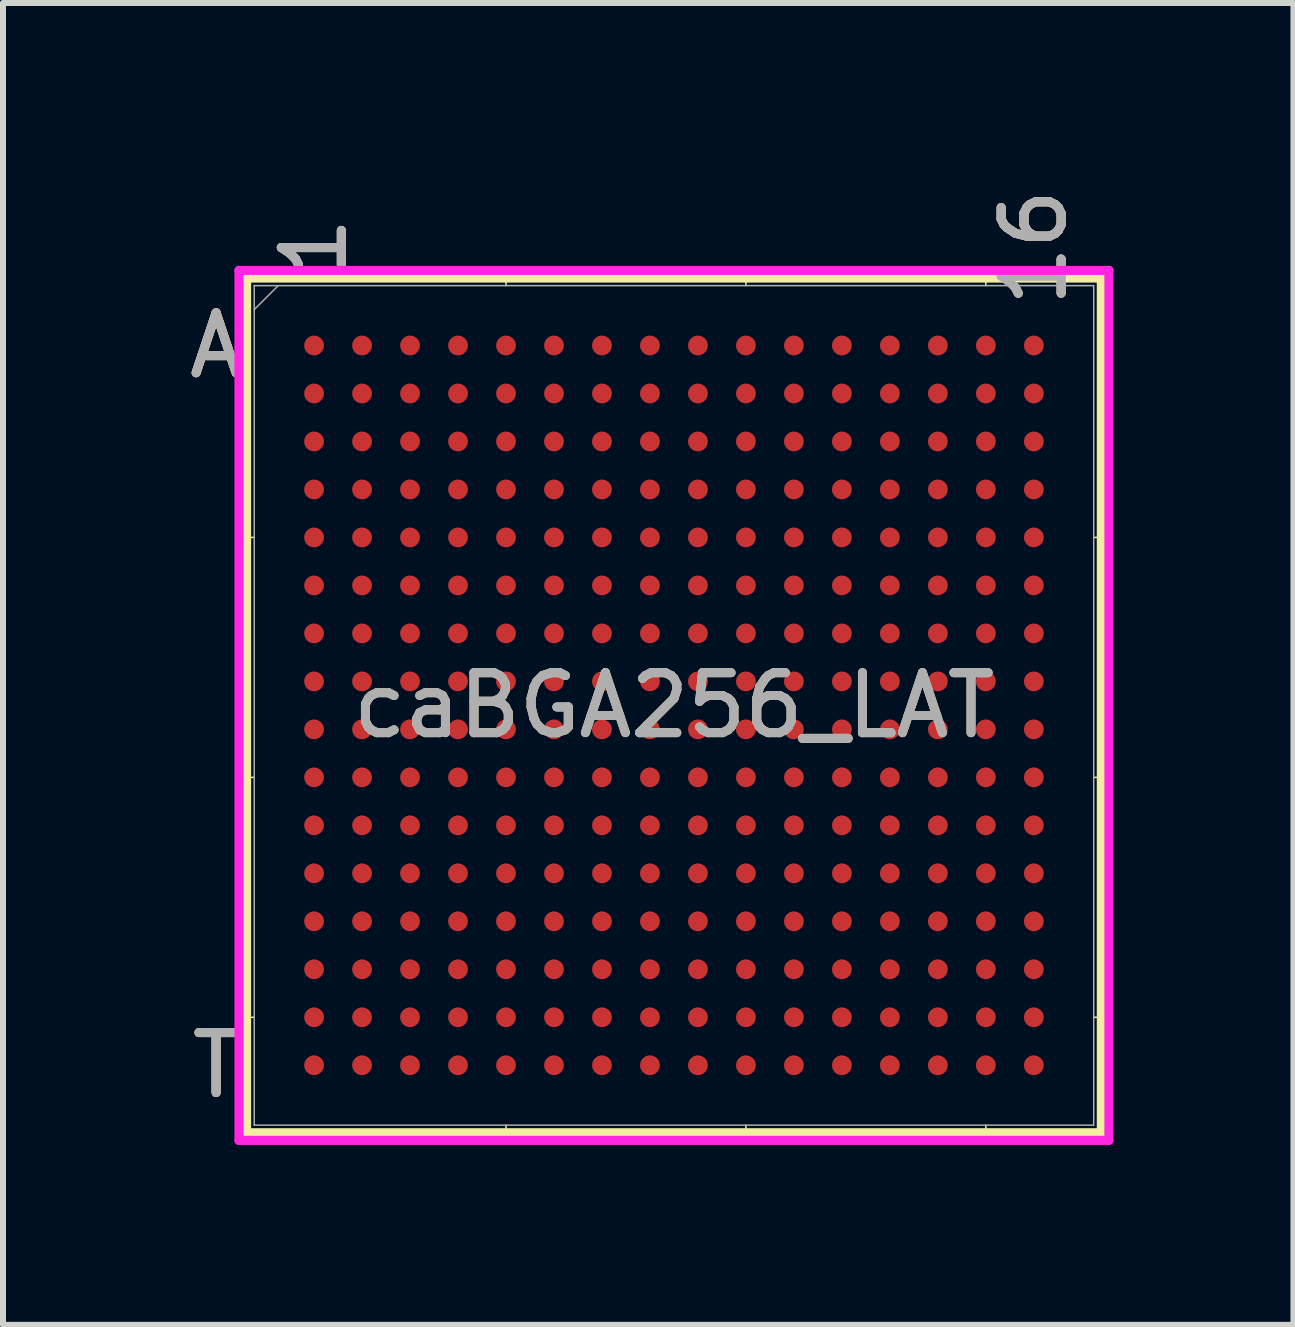
<source format=kicad_pcb>
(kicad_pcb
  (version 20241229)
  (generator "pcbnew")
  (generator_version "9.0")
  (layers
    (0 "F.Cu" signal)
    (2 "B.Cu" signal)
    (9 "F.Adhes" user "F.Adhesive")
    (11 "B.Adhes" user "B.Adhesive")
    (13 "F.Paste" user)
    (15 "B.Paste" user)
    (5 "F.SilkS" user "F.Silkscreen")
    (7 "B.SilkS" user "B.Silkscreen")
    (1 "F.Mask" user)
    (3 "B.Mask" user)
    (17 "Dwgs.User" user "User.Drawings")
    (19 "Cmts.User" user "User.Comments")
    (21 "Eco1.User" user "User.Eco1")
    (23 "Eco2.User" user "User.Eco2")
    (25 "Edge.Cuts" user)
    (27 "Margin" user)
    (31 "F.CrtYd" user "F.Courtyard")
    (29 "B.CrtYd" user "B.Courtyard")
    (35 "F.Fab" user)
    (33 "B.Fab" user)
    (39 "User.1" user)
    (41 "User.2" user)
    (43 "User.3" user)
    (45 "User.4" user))
  (footprint "caBGA256_LAT"
    (layer "F.Cu")
    (at 8.186 8.71)
    (property "Reference" "caBGA256_LAT" (at 0 0 0) (unlocked yes) (layer "F.SilkS") (effects (font (size 1 1) (thickness 0.15))))
    (attr smd)
    (fp_line (start -7.125 -7.125) (end -7.125 7.125) (stroke (width 0.152) (type solid)) (layer "F.SilkS"))
    (fp_line (start -7.125 7.125) (end 7.125 7.125) (stroke (width 0.152) (type solid)) (layer "F.SilkS"))
    (fp_line (start -6.998 -2.8) (end -7.252 -2.8) (stroke (width 0.025) (type solid)) (layer "F.SilkS"))
    (fp_line (start -6.998 1.2) (end -7.252 1.2) (stroke (width 0.025) (type solid)) (layer "F.SilkS"))
    (fp_line (start -6.998 5.2) (end -7.252 5.2) (stroke (width 0.025) (type solid)) (layer "F.SilkS"))
    (fp_line (start -2.8 -6.998) (end -2.8 -7.252) (stroke (width 0.025) (type solid)) (layer "F.SilkS"))
    (fp_line (start -2.8 6.998) (end -2.8 7.252) (stroke (width 0.025) (type solid)) (layer "F.SilkS"))
    (fp_line (start 1.2 -6.998) (end 1.2 -7.252) (stroke (width 0.025) (type solid)) (layer "F.SilkS"))
    (fp_line (start 1.2 6.998) (end 1.2 7.252) (stroke (width 0.025) (type solid)) (layer "F.SilkS"))
    (fp_line (start 5.2 -6.998) (end 5.2 -7.252) (stroke (width 0.025) (type solid)) (layer "F.SilkS"))
    (fp_line (start 5.2 6.998) (end 5.2 7.252) (stroke (width 0.025) (type solid)) (layer "F.SilkS"))
    (fp_line (start 6.998 -2.8) (end 7.252 -2.8) (stroke (width 0.025) (type solid)) (layer "F.SilkS"))
    (fp_line (start 6.998 1.2) (end 7.252 1.2) (stroke (width 0.025) (type solid)) (layer "F.SilkS"))
    (fp_line (start 6.998 5.2) (end 7.252 5.2) (stroke (width 0.025) (type solid)) (layer "F.SilkS"))
    (fp_line (start 7.125 -7.125) (end -7.125 -7.125) (stroke (width 0.152) (type solid)) (layer "F.SilkS"))
    (fp_line (start 7.125 7.125) (end 7.125 -7.125) (stroke (width 0.152) (type solid)) (layer "F.SilkS"))
    (fp_poly (pts (xy -6.844 -6.844) (xy 6.844 -6.844) (xy 6.844 6.844) (xy -6.844 6.844)) (stroke (width 0.1) (type solid)) (fill no) (layer "Eco2.User"))
    (fp_line (start -7.252 -7.252) (end 7.252 -7.252) (stroke (width 0.152) (type solid)) (layer "F.CrtYd"))
    (fp_line (start -7.252 7.252) (end -7.252 -7.252) (stroke (width 0.152) (type solid)) (layer "F.CrtYd"))
    (fp_line (start 7.252 -7.252) (end 7.252 7.252) (stroke (width 0.152) (type solid)) (layer "F.CrtYd"))
    (fp_line (start 7.252 7.252) (end -7.252 7.252) (stroke (width 0.152) (type solid)) (layer "F.CrtYd"))
    (fp_line (start -6.998 -6.998) (end -6.998 6.998) (stroke (width 0.025) (type solid)) (layer "F.Fab"))
    (fp_line (start -6.998 6.998) (end 6.998 6.998) (stroke (width 0.025) (type solid)) (layer "F.Fab"))
    (fp_line (start -6.598 -6.998) (end -6.998 -6.598) (stroke (width 0.025) (type solid)) (layer "F.Fab"))
    (fp_line (start 6.998 -6.998) (end -6.998 -6.998) (stroke (width 0.025) (type solid)) (layer "F.Fab"))
    (fp_line (start 6.998 6.998) (end 6.998 -6.998) (stroke (width 0.025) (type solid)) (layer "F.Fab"))
    (fp_text user "T" (at -7.633 6 0) (unlocked yes) (layer "F.SilkS") (effects (font (size 1 1) (thickness 0.15))))
    (fp_text user "A" (at -7.633 -6 0) (unlocked yes) (layer "F.SilkS") (effects (font (size 1 1) (thickness 0.15))))
    (fp_text user "16" (at 6 -7.633 90) (unlocked yes) (layer "F.SilkS") (effects (font (size 1 1) (thickness 0.15))))
    (fp_text user "1" (at -6 -7.633 90) (unlocked yes) (layer "F.SilkS") (effects (font (size 1 1) (thickness 0.15))))
    (fp_text user "16" (at 6 -7.633 90) (unlocked yes) (layer "B.SilkS") (effects (font (size 1 1) (thickness 0.15))))
    (fp_text user "A" (at -7.633 -6 0) (unlocked yes) (layer "B.SilkS") (effects (font (size 1 1) (thickness 0.15))))
    (fp_text user "T" (at -7.633 6 0) (unlocked yes) (layer "B.SilkS") (effects (font (size 1 1) (thickness 0.15))))
    (fp_text user "1" (at -6 -7.633 90) (unlocked yes) (layer "B.SilkS") (effects (font (size 1 1) (thickness 0.15))))
    (fp_text user "1" (at -6 -7.633 90) (unlocked yes) (layer "F.Fab") (effects (font (size 1 1) (thickness 0.15))))
    (fp_text user "A" (at -7.633 -6 0) (unlocked yes) (layer "F.Fab") (effects (font (size 1 1) (thickness 0.15))))
    (fp_text user "16" (at 6 -7.633 90) (unlocked yes) (layer "F.Fab") (effects (font (size 1 1) (thickness 0.15))))
    (fp_text user "T" (at -7.633 6 0) (unlocked yes) (layer "F.Fab") (effects (font (size 1 1) (thickness 0.15))))
    (fp_text user "${REFERENCE}" (at 0 0 0) (unlocked yes) (layer "F.Fab") (effects (font (size 1 1) (thickness 0.15))))
    (pad "A1" smd circle (at -6 -6) (size 0.33 0.33) (layers "F.Cu" "F.Mask" "F.Paste"))
    (pad "A2" smd circle (at -5.2 -6) (size 0.33 0.33) (layers "F.Cu" "F.Mask" "F.Paste"))
    (pad "A3" smd circle (at -4.4 -6) (size 0.33 0.33) (layers "F.Cu" "F.Mask" "F.Paste"))
    (pad "A4" smd circle (at -3.6 -6) (size 0.33 0.33) (layers "F.Cu" "F.Mask" "F.Paste"))
    (pad "A5" smd circle (at -2.8 -6) (size 0.33 0.33) (layers "F.Cu" "F.Mask" "F.Paste"))
    (pad "A6" smd circle (at -2 -6) (size 0.33 0.33) (layers "F.Cu" "F.Mask" "F.Paste"))
    (pad "A7" smd circle (at -1.2 -6) (size 0.33 0.33) (layers "F.Cu" "F.Mask" "F.Paste"))
    (pad "A8" smd circle (at -0.4 -6) (size 0.33 0.33) (layers "F.Cu" "F.Mask" "F.Paste"))
    (pad "A9" smd circle (at 0.4 -6) (size 0.33 0.33) (layers "F.Cu" "F.Mask" "F.Paste"))
    (pad "A10" smd circle (at 1.2 -6) (size 0.33 0.33) (layers "F.Cu" "F.Mask" "F.Paste"))
    (pad "A11" smd circle (at 2 -6) (size 0.33 0.33) (layers "F.Cu" "F.Mask" "F.Paste"))
    (pad "A12" smd circle (at 2.8 -6) (size 0.33 0.33) (layers "F.Cu" "F.Mask" "F.Paste"))
    (pad "A13" smd circle (at 3.6 -6) (size 0.33 0.33) (layers "F.Cu" "F.Mask" "F.Paste"))
    (pad "A14" smd circle (at 4.4 -6) (size 0.33 0.33) (layers "F.Cu" "F.Mask" "F.Paste"))
    (pad "A15" smd circle (at 5.2 -6) (size 0.33 0.33) (layers "F.Cu" "F.Mask" "F.Paste"))
    (pad "A16" smd circle (at 6 -6) (size 0.33 0.33) (layers "F.Cu" "F.Mask" "F.Paste"))
    (pad "B1" smd circle (at -6 -5.2) (size 0.33 0.33) (layers "F.Cu" "F.Mask" "F.Paste"))
    (pad "B2" smd circle (at -5.2 -5.2) (size 0.33 0.33) (layers "F.Cu" "F.Mask" "F.Paste"))
    (pad "B3" smd circle (at -4.4 -5.2) (size 0.33 0.33) (layers "F.Cu" "F.Mask" "F.Paste"))
    (pad "B4" smd circle (at -3.6 -5.2) (size 0.33 0.33) (layers "F.Cu" "F.Mask" "F.Paste"))
    (pad "B5" smd circle (at -2.8 -5.2) (size 0.33 0.33) (layers "F.Cu" "F.Mask" "F.Paste"))
    (pad "B6" smd circle (at -2 -5.2) (size 0.33 0.33) (layers "F.Cu" "F.Mask" "F.Paste"))
    (pad "B7" smd circle (at -1.2 -5.2) (size 0.33 0.33) (layers "F.Cu" "F.Mask" "F.Paste"))
    (pad "B8" smd circle (at -0.4 -5.2) (size 0.33 0.33) (layers "F.Cu" "F.Mask" "F.Paste"))
    (pad "B9" smd circle (at 0.4 -5.2) (size 0.33 0.33) (layers "F.Cu" "F.Mask" "F.Paste"))
    (pad "B10" smd circle (at 1.2 -5.2) (size 0.33 0.33) (layers "F.Cu" "F.Mask" "F.Paste"))
    (pad "B11" smd circle (at 2 -5.2) (size 0.33 0.33) (layers "F.Cu" "F.Mask" "F.Paste"))
    (pad "B12" smd circle (at 2.8 -5.2) (size 0.33 0.33) (layers "F.Cu" "F.Mask" "F.Paste"))
    (pad "B13" smd circle (at 3.6 -5.2) (size 0.33 0.33) (layers "F.Cu" "F.Mask" "F.Paste"))
    (pad "B14" smd circle (at 4.4 -5.2) (size 0.33 0.33) (layers "F.Cu" "F.Mask" "F.Paste"))
    (pad "B15" smd circle (at 5.2 -5.2) (size 0.33 0.33) (layers "F.Cu" "F.Mask" "F.Paste"))
    (pad "B16" smd circle (at 6 -5.2) (size 0.33 0.33) (layers "F.Cu" "F.Mask" "F.Paste"))
    (pad "C1" smd circle (at -6 -4.4) (size 0.33 0.33) (layers "F.Cu" "F.Mask" "F.Paste"))
    (pad "C2" smd circle (at -5.2 -4.4) (size 0.33 0.33) (layers "F.Cu" "F.Mask" "F.Paste"))
    (pad "C3" smd circle (at -4.4 -4.4) (size 0.33 0.33) (layers "F.Cu" "F.Mask" "F.Paste"))
    (pad "C4" smd circle (at -3.6 -4.4) (size 0.33 0.33) (layers "F.Cu" "F.Mask" "F.Paste"))
    (pad "C5" smd circle (at -2.8 -4.4) (size 0.33 0.33) (layers "F.Cu" "F.Mask" "F.Paste"))
    (pad "C6" smd circle (at -2 -4.4) (size 0.33 0.33) (layers "F.Cu" "F.Mask" "F.Paste"))
    (pad "C7" smd circle (at -1.2 -4.4) (size 0.33 0.33) (layers "F.Cu" "F.Mask" "F.Paste"))
    (pad "C8" smd circle (at -0.4 -4.4) (size 0.33 0.33) (layers "F.Cu" "F.Mask" "F.Paste"))
    (pad "C9" smd circle (at 0.4 -4.4) (size 0.33 0.33) (layers "F.Cu" "F.Mask" "F.Paste"))
    (pad "C10" smd circle (at 1.2 -4.4) (size 0.33 0.33) (layers "F.Cu" "F.Mask" "F.Paste"))
    (pad "C11" smd circle (at 2 -4.4) (size 0.33 0.33) (layers "F.Cu" "F.Mask" "F.Paste"))
    (pad "C12" smd circle (at 2.8 -4.4) (size 0.33 0.33) (layers "F.Cu" "F.Mask" "F.Paste"))
    (pad "C13" smd circle (at 3.6 -4.4) (size 0.33 0.33) (layers "F.Cu" "F.Mask" "F.Paste"))
    (pad "C14" smd circle (at 4.4 -4.4) (size 0.33 0.33) (layers "F.Cu" "F.Mask" "F.Paste"))
    (pad "C15" smd circle (at 5.2 -4.4) (size 0.33 0.33) (layers "F.Cu" "F.Mask" "F.Paste"))
    (pad "C16" smd circle (at 6 -4.4) (size 0.33 0.33) (layers "F.Cu" "F.Mask" "F.Paste"))
    (pad "D1" smd circle (at -6 -3.6) (size 0.33 0.33) (layers "F.Cu" "F.Mask" "F.Paste"))
    (pad "D2" smd circle (at -5.2 -3.6) (size 0.33 0.33) (layers "F.Cu" "F.Mask" "F.Paste"))
    (pad "D3" smd circle (at -4.4 -3.6) (size 0.33 0.33) (layers "F.Cu" "F.Mask" "F.Paste"))
    (pad "D4" smd circle (at -3.6 -3.6) (size 0.33 0.33) (layers "F.Cu" "F.Mask" "F.Paste"))
    (pad "D5" smd circle (at -2.8 -3.6) (size 0.33 0.33) (layers "F.Cu" "F.Mask" "F.Paste"))
    (pad "D6" smd circle (at -2 -3.6) (size 0.33 0.33) (layers "F.Cu" "F.Mask" "F.Paste"))
    (pad "D7" smd circle (at -1.2 -3.6) (size 0.33 0.33) (layers "F.Cu" "F.Mask" "F.Paste"))
    (pad "D8" smd circle (at -0.4 -3.6) (size 0.33 0.33) (layers "F.Cu" "F.Mask" "F.Paste"))
    (pad "D9" smd circle (at 0.4 -3.6) (size 0.33 0.33) (layers "F.Cu" "F.Mask" "F.Paste"))
    (pad "D10" smd circle (at 1.2 -3.6) (size 0.33 0.33) (layers "F.Cu" "F.Mask" "F.Paste"))
    (pad "D11" smd circle (at 2 -3.6) (size 0.33 0.33) (layers "F.Cu" "F.Mask" "F.Paste"))
    (pad "D12" smd circle (at 2.8 -3.6) (size 0.33 0.33) (layers "F.Cu" "F.Mask" "F.Paste"))
    (pad "D13" smd circle (at 3.6 -3.6) (size 0.33 0.33) (layers "F.Cu" "F.Mask" "F.Paste"))
    (pad "D14" smd circle (at 4.4 -3.6) (size 0.33 0.33) (layers "F.Cu" "F.Mask" "F.Paste"))
    (pad "D15" smd circle (at 5.2 -3.6) (size 0.33 0.33) (layers "F.Cu" "F.Mask" "F.Paste"))
    (pad "D16" smd circle (at 6 -3.6) (size 0.33 0.33) (layers "F.Cu" "F.Mask" "F.Paste"))
    (pad "E1" smd circle (at -6 -2.8) (size 0.33 0.33) (layers "F.Cu" "F.Mask" "F.Paste"))
    (pad "E2" smd circle (at -5.2 -2.8) (size 0.33 0.33) (layers "F.Cu" "F.Mask" "F.Paste"))
    (pad "E3" smd circle (at -4.4 -2.8) (size 0.33 0.33) (layers "F.Cu" "F.Mask" "F.Paste"))
    (pad "E4" smd circle (at -3.6 -2.8) (size 0.33 0.33) (layers "F.Cu" "F.Mask" "F.Paste"))
    (pad "E5" smd circle (at -2.8 -2.8) (size 0.33 0.33) (layers "F.Cu" "F.Mask" "F.Paste"))
    (pad "E6" smd circle (at -2 -2.8) (size 0.33 0.33) (layers "F.Cu" "F.Mask" "F.Paste"))
    (pad "E7" smd circle (at -1.2 -2.8) (size 0.33 0.33) (layers "F.Cu" "F.Mask" "F.Paste"))
    (pad "E8" smd circle (at -0.4 -2.8) (size 0.33 0.33) (layers "F.Cu" "F.Mask" "F.Paste"))
    (pad "E9" smd circle (at 0.4 -2.8) (size 0.33 0.33) (layers "F.Cu" "F.Mask" "F.Paste"))
    (pad "E10" smd circle (at 1.2 -2.8) (size 0.33 0.33) (layers "F.Cu" "F.Mask" "F.Paste"))
    (pad "E11" smd circle (at 2 -2.8) (size 0.33 0.33) (layers "F.Cu" "F.Mask" "F.Paste"))
    (pad "E12" smd circle (at 2.8 -2.8) (size 0.33 0.33) (layers "F.Cu" "F.Mask" "F.Paste"))
    (pad "E13" smd circle (at 3.6 -2.8) (size 0.33 0.33) (layers "F.Cu" "F.Mask" "F.Paste"))
    (pad "E14" smd circle (at 4.4 -2.8) (size 0.33 0.33) (layers "F.Cu" "F.Mask" "F.Paste"))
    (pad "E15" smd circle (at 5.2 -2.8) (size 0.33 0.33) (layers "F.Cu" "F.Mask" "F.Paste"))
    (pad "E16" smd circle (at 6 -2.8) (size 0.33 0.33) (layers "F.Cu" "F.Mask" "F.Paste"))
    (pad "F1" smd circle (at -6 -2) (size 0.33 0.33) (layers "F.Cu" "F.Mask" "F.Paste"))
    (pad "F2" smd circle (at -5.2 -2) (size 0.33 0.33) (layers "F.Cu" "F.Mask" "F.Paste"))
    (pad "F3" smd circle (at -4.4 -2) (size 0.33 0.33) (layers "F.Cu" "F.Mask" "F.Paste"))
    (pad "F4" smd circle (at -3.6 -2) (size 0.33 0.33) (layers "F.Cu" "F.Mask" "F.Paste"))
    (pad "F5" smd circle (at -2.8 -2) (size 0.33 0.33) (layers "F.Cu" "F.Mask" "F.Paste"))
    (pad "F6" smd circle (at -2 -2) (size 0.33 0.33) (layers "F.Cu" "F.Mask" "F.Paste"))
    (pad "F7" smd circle (at -1.2 -2) (size 0.33 0.33) (layers "F.Cu" "F.Mask" "F.Paste"))
    (pad "F8" smd circle (at -0.4 -2) (size 0.33 0.33) (layers "F.Cu" "F.Mask" "F.Paste"))
    (pad "F9" smd circle (at 0.4 -2) (size 0.33 0.33) (layers "F.Cu" "F.Mask" "F.Paste"))
    (pad "F10" smd circle (at 1.2 -2) (size 0.33 0.33) (layers "F.Cu" "F.Mask" "F.Paste"))
    (pad "F11" smd circle (at 2 -2) (size 0.33 0.33) (layers "F.Cu" "F.Mask" "F.Paste"))
    (pad "F12" smd circle (at 2.8 -2) (size 0.33 0.33) (layers "F.Cu" "F.Mask" "F.Paste"))
    (pad "F13" smd circle (at 3.6 -2) (size 0.33 0.33) (layers "F.Cu" "F.Mask" "F.Paste"))
    (pad "F14" smd circle (at 4.4 -2) (size 0.33 0.33) (layers "F.Cu" "F.Mask" "F.Paste"))
    (pad "F15" smd circle (at 5.2 -2) (size 0.33 0.33) (layers "F.Cu" "F.Mask" "F.Paste"))
    (pad "F16" smd circle (at 6 -2) (size 0.33 0.33) (layers "F.Cu" "F.Mask" "F.Paste"))
    (pad "G1" smd circle (at -6 -1.2) (size 0.33 0.33) (layers "F.Cu" "F.Mask" "F.Paste"))
    (pad "G2" smd circle (at -5.2 -1.2) (size 0.33 0.33) (layers "F.Cu" "F.Mask" "F.Paste"))
    (pad "G3" smd circle (at -4.4 -1.2) (size 0.33 0.33) (layers "F.Cu" "F.Mask" "F.Paste"))
    (pad "G4" smd circle (at -3.6 -1.2) (size 0.33 0.33) (layers "F.Cu" "F.Mask" "F.Paste"))
    (pad "G5" smd circle (at -2.8 -1.2) (size 0.33 0.33) (layers "F.Cu" "F.Mask" "F.Paste"))
    (pad "G6" smd circle (at -2 -1.2) (size 0.33 0.33) (layers "F.Cu" "F.Mask" "F.Paste"))
    (pad "G7" smd circle (at -1.2 -1.2) (size 0.33 0.33) (layers "F.Cu" "F.Mask" "F.Paste"))
    (pad "G8" smd circle (at -0.4 -1.2) (size 0.33 0.33) (layers "F.Cu" "F.Mask" "F.Paste"))
    (pad "G9" smd circle (at 0.4 -1.2) (size 0.33 0.33) (layers "F.Cu" "F.Mask" "F.Paste"))
    (pad "G10" smd circle (at 1.2 -1.2) (size 0.33 0.33) (layers "F.Cu" "F.Mask" "F.Paste"))
    (pad "G11" smd circle (at 2 -1.2) (size 0.33 0.33) (layers "F.Cu" "F.Mask" "F.Paste"))
    (pad "G12" smd circle (at 2.8 -1.2) (size 0.33 0.33) (layers "F.Cu" "F.Mask" "F.Paste"))
    (pad "G13" smd circle (at 3.6 -1.2) (size 0.33 0.33) (layers "F.Cu" "F.Mask" "F.Paste"))
    (pad "G14" smd circle (at 4.4 -1.2) (size 0.33 0.33) (layers "F.Cu" "F.Mask" "F.Paste"))
    (pad "G15" smd circle (at 5.2 -1.2) (size 0.33 0.33) (layers "F.Cu" "F.Mask" "F.Paste"))
    (pad "G16" smd circle (at 6 -1.2) (size 0.33 0.33) (layers "F.Cu" "F.Mask" "F.Paste"))
    (pad "H1" smd circle (at -6 -0.4) (size 0.33 0.33) (layers "F.Cu" "F.Mask" "F.Paste"))
    (pad "H2" smd circle (at -5.2 -0.4) (size 0.33 0.33) (layers "F.Cu" "F.Mask" "F.Paste"))
    (pad "H3" smd circle (at -4.4 -0.4) (size 0.33 0.33) (layers "F.Cu" "F.Mask" "F.Paste"))
    (pad "H4" smd circle (at -3.6 -0.4) (size 0.33 0.33) (layers "F.Cu" "F.Mask" "F.Paste"))
    (pad "H5" smd circle (at -2.8 -0.4) (size 0.33 0.33) (layers "F.Cu" "F.Mask" "F.Paste"))
    (pad "H6" smd circle (at -2 -0.4) (size 0.33 0.33) (layers "F.Cu" "F.Mask" "F.Paste"))
    (pad "H7" smd circle (at -1.2 -0.4) (size 0.33 0.33) (layers "F.Cu" "F.Mask" "F.Paste"))
    (pad "H8" smd circle (at -0.4 -0.4) (size 0.33 0.33) (layers "F.Cu" "F.Mask" "F.Paste"))
    (pad "H9" smd circle (at 0.4 -0.4) (size 0.33 0.33) (layers "F.Cu" "F.Mask" "F.Paste"))
    (pad "H10" smd circle (at 1.2 -0.4) (size 0.33 0.33) (layers "F.Cu" "F.Mask" "F.Paste"))
    (pad "H11" smd circle (at 2 -0.4) (size 0.33 0.33) (layers "F.Cu" "F.Mask" "F.Paste"))
    (pad "H12" smd circle (at 2.8 -0.4) (size 0.33 0.33) (layers "F.Cu" "F.Mask" "F.Paste"))
    (pad "H13" smd circle (at 3.6 -0.4) (size 0.33 0.33) (layers "F.Cu" "F.Mask" "F.Paste"))
    (pad "H14" smd circle (at 4.4 -0.4) (size 0.33 0.33) (layers "F.Cu" "F.Mask" "F.Paste"))
    (pad "H15" smd circle (at 5.2 -0.4) (size 0.33 0.33) (layers "F.Cu" "F.Mask" "F.Paste"))
    (pad "H16" smd circle (at 6 -0.4) (size 0.33 0.33) (layers "F.Cu" "F.Mask" "F.Paste"))
    (pad "J1" smd circle (at -6 0.4) (size 0.33 0.33) (layers "F.Cu" "F.Mask" "F.Paste"))
    (pad "J2" smd circle (at -5.2 0.4) (size 0.33 0.33) (layers "F.Cu" "F.Mask" "F.Paste"))
    (pad "J3" smd circle (at -4.4 0.4) (size 0.33 0.33) (layers "F.Cu" "F.Mask" "F.Paste"))
    (pad "J4" smd circle (at -3.6 0.4) (size 0.33 0.33) (layers "F.Cu" "F.Mask" "F.Paste"))
    (pad "J5" smd circle (at -2.8 0.4) (size 0.33 0.33) (layers "F.Cu" "F.Mask" "F.Paste"))
    (pad "J6" smd circle (at -2 0.4) (size 0.33 0.33) (layers "F.Cu" "F.Mask" "F.Paste"))
    (pad "J7" smd circle (at -1.2 0.4) (size 0.33 0.33) (layers "F.Cu" "F.Mask" "F.Paste"))
    (pad "J8" smd circle (at -0.4 0.4) (size 0.33 0.33) (layers "F.Cu" "F.Mask" "F.Paste"))
    (pad "J9" smd circle (at 0.4 0.4) (size 0.33 0.33) (layers "F.Cu" "F.Mask" "F.Paste"))
    (pad "J10" smd circle (at 1.2 0.4) (size 0.33 0.33) (layers "F.Cu" "F.Mask" "F.Paste"))
    (pad "J11" smd circle (at 2 0.4) (size 0.33 0.33) (layers "F.Cu" "F.Mask" "F.Paste"))
    (pad "J12" smd circle (at 2.8 0.4) (size 0.33 0.33) (layers "F.Cu" "F.Mask" "F.Paste"))
    (pad "J13" smd circle (at 3.6 0.4) (size 0.33 0.33) (layers "F.Cu" "F.Mask" "F.Paste"))
    (pad "J14" smd circle (at 4.4 0.4) (size 0.33 0.33) (layers "F.Cu" "F.Mask" "F.Paste"))
    (pad "J15" smd circle (at 5.2 0.4) (size 0.33 0.33) (layers "F.Cu" "F.Mask" "F.Paste"))
    (pad "J16" smd circle (at 6 0.4) (size 0.33 0.33) (layers "F.Cu" "F.Mask" "F.Paste"))
    (pad "K1" smd circle (at -6 1.2) (size 0.33 0.33) (layers "F.Cu" "F.Mask" "F.Paste"))
    (pad "K2" smd circle (at -5.2 1.2) (size 0.33 0.33) (layers "F.Cu" "F.Mask" "F.Paste"))
    (pad "K3" smd circle (at -4.4 1.2) (size 0.33 0.33) (layers "F.Cu" "F.Mask" "F.Paste"))
    (pad "K4" smd circle (at -3.6 1.2) (size 0.33 0.33) (layers "F.Cu" "F.Mask" "F.Paste"))
    (pad "K5" smd circle (at -2.8 1.2) (size 0.33 0.33) (layers "F.Cu" "F.Mask" "F.Paste"))
    (pad "K6" smd circle (at -2 1.2) (size 0.33 0.33) (layers "F.Cu" "F.Mask" "F.Paste"))
    (pad "K7" smd circle (at -1.2 1.2) (size 0.33 0.33) (layers "F.Cu" "F.Mask" "F.Paste"))
    (pad "K8" smd circle (at -0.4 1.2) (size 0.33 0.33) (layers "F.Cu" "F.Mask" "F.Paste"))
    (pad "K9" smd circle (at 0.4 1.2) (size 0.33 0.33) (layers "F.Cu" "F.Mask" "F.Paste"))
    (pad "K10" smd circle (at 1.2 1.2) (size 0.33 0.33) (layers "F.Cu" "F.Mask" "F.Paste"))
    (pad "K11" smd circle (at 2 1.2) (size 0.33 0.33) (layers "F.Cu" "F.Mask" "F.Paste"))
    (pad "K12" smd circle (at 2.8 1.2) (size 0.33 0.33) (layers "F.Cu" "F.Mask" "F.Paste"))
    (pad "K13" smd circle (at 3.6 1.2) (size 0.33 0.33) (layers "F.Cu" "F.Mask" "F.Paste"))
    (pad "K14" smd circle (at 4.4 1.2) (size 0.33 0.33) (layers "F.Cu" "F.Mask" "F.Paste"))
    (pad "K15" smd circle (at 5.2 1.2) (size 0.33 0.33) (layers "F.Cu" "F.Mask" "F.Paste"))
    (pad "K16" smd circle (at 6 1.2) (size 0.33 0.33) (layers "F.Cu" "F.Mask" "F.Paste"))
    (pad "L1" smd circle (at -6 2) (size 0.33 0.33) (layers "F.Cu" "F.Mask" "F.Paste"))
    (pad "L2" smd circle (at -5.2 2) (size 0.33 0.33) (layers "F.Cu" "F.Mask" "F.Paste"))
    (pad "L3" smd circle (at -4.4 2) (size 0.33 0.33) (layers "F.Cu" "F.Mask" "F.Paste"))
    (pad "L4" smd circle (at -3.6 2) (size 0.33 0.33) (layers "F.Cu" "F.Mask" "F.Paste"))
    (pad "L5" smd circle (at -2.8 2) (size 0.33 0.33) (layers "F.Cu" "F.Mask" "F.Paste"))
    (pad "L6" smd circle (at -2 2) (size 0.33 0.33) (layers "F.Cu" "F.Mask" "F.Paste"))
    (pad "L7" smd circle (at -1.2 2) (size 0.33 0.33) (layers "F.Cu" "F.Mask" "F.Paste"))
    (pad "L8" smd circle (at -0.4 2) (size 0.33 0.33) (layers "F.Cu" "F.Mask" "F.Paste"))
    (pad "L9" smd circle (at 0.4 2) (size 0.33 0.33) (layers "F.Cu" "F.Mask" "F.Paste"))
    (pad "L10" smd circle (at 1.2 2) (size 0.33 0.33) (layers "F.Cu" "F.Mask" "F.Paste"))
    (pad "L11" smd circle (at 2 2) (size 0.33 0.33) (layers "F.Cu" "F.Mask" "F.Paste"))
    (pad "L12" smd circle (at 2.8 2) (size 0.33 0.33) (layers "F.Cu" "F.Mask" "F.Paste"))
    (pad "L13" smd circle (at 3.6 2) (size 0.33 0.33) (layers "F.Cu" "F.Mask" "F.Paste"))
    (pad "L14" smd circle (at 4.4 2) (size 0.33 0.33) (layers "F.Cu" "F.Mask" "F.Paste"))
    (pad "L15" smd circle (at 5.2 2) (size 0.33 0.33) (layers "F.Cu" "F.Mask" "F.Paste"))
    (pad "L16" smd circle (at 6 2) (size 0.33 0.33) (layers "F.Cu" "F.Mask" "F.Paste"))
    (pad "M1" smd circle (at -6 2.8) (size 0.33 0.33) (layers "F.Cu" "F.Mask" "F.Paste"))
    (pad "M2" smd circle (at -5.2 2.8) (size 0.33 0.33) (layers "F.Cu" "F.Mask" "F.Paste"))
    (pad "M3" smd circle (at -4.4 2.8) (size 0.33 0.33) (layers "F.Cu" "F.Mask" "F.Paste"))
    (pad "M4" smd circle (at -3.6 2.8) (size 0.33 0.33) (layers "F.Cu" "F.Mask" "F.Paste"))
    (pad "M5" smd circle (at -2.8 2.8) (size 0.33 0.33) (layers "F.Cu" "F.Mask" "F.Paste"))
    (pad "M6" smd circle (at -2 2.8) (size 0.33 0.33) (layers "F.Cu" "F.Mask" "F.Paste"))
    (pad "M7" smd circle (at -1.2 2.8) (size 0.33 0.33) (layers "F.Cu" "F.Mask" "F.Paste"))
    (pad "M8" smd circle (at -0.4 2.8) (size 0.33 0.33) (layers "F.Cu" "F.Mask" "F.Paste"))
    (pad "M9" smd circle (at 0.4 2.8) (size 0.33 0.33) (layers "F.Cu" "F.Mask" "F.Paste"))
    (pad "M10" smd circle (at 1.2 2.8) (size 0.33 0.33) (layers "F.Cu" "F.Mask" "F.Paste"))
    (pad "M11" smd circle (at 2 2.8) (size 0.33 0.33) (layers "F.Cu" "F.Mask" "F.Paste"))
    (pad "M12" smd circle (at 2.8 2.8) (size 0.33 0.33) (layers "F.Cu" "F.Mask" "F.Paste"))
    (pad "M13" smd circle (at 3.6 2.8) (size 0.33 0.33) (layers "F.Cu" "F.Mask" "F.Paste"))
    (pad "M14" smd circle (at 4.4 2.8) (size 0.33 0.33) (layers "F.Cu" "F.Mask" "F.Paste"))
    (pad "M15" smd circle (at 5.2 2.8) (size 0.33 0.33) (layers "F.Cu" "F.Mask" "F.Paste"))
    (pad "M16" smd circle (at 6 2.8) (size 0.33 0.33) (layers "F.Cu" "F.Mask" "F.Paste"))
    (pad "N1" smd circle (at -6 3.6) (size 0.33 0.33) (layers "F.Cu" "F.Mask" "F.Paste"))
    (pad "N2" smd circle (at -5.2 3.6) (size 0.33 0.33) (layers "F.Cu" "F.Mask" "F.Paste"))
    (pad "N3" smd circle (at -4.4 3.6) (size 0.33 0.33) (layers "F.Cu" "F.Mask" "F.Paste"))
    (pad "N4" smd circle (at -3.6 3.6) (size 0.33 0.33) (layers "F.Cu" "F.Mask" "F.Paste"))
    (pad "N5" smd circle (at -2.8 3.6) (size 0.33 0.33) (layers "F.Cu" "F.Mask" "F.Paste"))
    (pad "N6" smd circle (at -2 3.6) (size 0.33 0.33) (layers "F.Cu" "F.Mask" "F.Paste"))
    (pad "N7" smd circle (at -1.2 3.6) (size 0.33 0.33) (layers "F.Cu" "F.Mask" "F.Paste"))
    (pad "N8" smd circle (at -0.4 3.6) (size 0.33 0.33) (layers "F.Cu" "F.Mask" "F.Paste"))
    (pad "N9" smd circle (at 0.4 3.6) (size 0.33 0.33) (layers "F.Cu" "F.Mask" "F.Paste"))
    (pad "N10" smd circle (at 1.2 3.6) (size 0.33 0.33) (layers "F.Cu" "F.Mask" "F.Paste"))
    (pad "N11" smd circle (at 2 3.6) (size 0.33 0.33) (layers "F.Cu" "F.Mask" "F.Paste"))
    (pad "N12" smd circle (at 2.8 3.6) (size 0.33 0.33) (layers "F.Cu" "F.Mask" "F.Paste"))
    (pad "N13" smd circle (at 3.6 3.6) (size 0.33 0.33) (layers "F.Cu" "F.Mask" "F.Paste"))
    (pad "N14" smd circle (at 4.4 3.6) (size 0.33 0.33) (layers "F.Cu" "F.Mask" "F.Paste"))
    (pad "N15" smd circle (at 5.2 3.6) (size 0.33 0.33) (layers "F.Cu" "F.Mask" "F.Paste"))
    (pad "N16" smd circle (at 6 3.6) (size 0.33 0.33) (layers "F.Cu" "F.Mask" "F.Paste"))
    (pad "P1" smd circle (at -6 4.4) (size 0.33 0.33) (layers "F.Cu" "F.Mask" "F.Paste"))
    (pad "P2" smd circle (at -5.2 4.4) (size 0.33 0.33) (layers "F.Cu" "F.Mask" "F.Paste"))
    (pad "P3" smd circle (at -4.4 4.4) (size 0.33 0.33) (layers "F.Cu" "F.Mask" "F.Paste"))
    (pad "P4" smd circle (at -3.6 4.4) (size 0.33 0.33) (layers "F.Cu" "F.Mask" "F.Paste"))
    (pad "P5" smd circle (at -2.8 4.4) (size 0.33 0.33) (layers "F.Cu" "F.Mask" "F.Paste"))
    (pad "P6" smd circle (at -2 4.4) (size 0.33 0.33) (layers "F.Cu" "F.Mask" "F.Paste"))
    (pad "P7" smd circle (at -1.2 4.4) (size 0.33 0.33) (layers "F.Cu" "F.Mask" "F.Paste"))
    (pad "P8" smd circle (at -0.4 4.4) (size 0.33 0.33) (layers "F.Cu" "F.Mask" "F.Paste"))
    (pad "P9" smd circle (at 0.4 4.4) (size 0.33 0.33) (layers "F.Cu" "F.Mask" "F.Paste"))
    (pad "P10" smd circle (at 1.2 4.4) (size 0.33 0.33) (layers "F.Cu" "F.Mask" "F.Paste"))
    (pad "P11" smd circle (at 2 4.4) (size 0.33 0.33) (layers "F.Cu" "F.Mask" "F.Paste"))
    (pad "P12" smd circle (at 2.8 4.4) (size 0.33 0.33) (layers "F.Cu" "F.Mask" "F.Paste"))
    (pad "P13" smd circle (at 3.6 4.4) (size 0.33 0.33) (layers "F.Cu" "F.Mask" "F.Paste"))
    (pad "P14" smd circle (at 4.4 4.4) (size 0.33 0.33) (layers "F.Cu" "F.Mask" "F.Paste"))
    (pad "P15" smd circle (at 5.2 4.4) (size 0.33 0.33) (layers "F.Cu" "F.Mask" "F.Paste"))
    (pad "P16" smd circle (at 6 4.4) (size 0.33 0.33) (layers "F.Cu" "F.Mask" "F.Paste"))
    (pad "R1" smd circle (at -6 5.2) (size 0.33 0.33) (layers "F.Cu" "F.Mask" "F.Paste"))
    (pad "R2" smd circle (at -5.2 5.2) (size 0.33 0.33) (layers "F.Cu" "F.Mask" "F.Paste"))
    (pad "R3" smd circle (at -4.4 5.2) (size 0.33 0.33) (layers "F.Cu" "F.Mask" "F.Paste"))
    (pad "R4" smd circle (at -3.6 5.2) (size 0.33 0.33) (layers "F.Cu" "F.Mask" "F.Paste"))
    (pad "R5" smd circle (at -2.8 5.2) (size 0.33 0.33) (layers "F.Cu" "F.Mask" "F.Paste"))
    (pad "R6" smd circle (at -2 5.2) (size 0.33 0.33) (layers "F.Cu" "F.Mask" "F.Paste"))
    (pad "R7" smd circle (at -1.2 5.2) (size 0.33 0.33) (layers "F.Cu" "F.Mask" "F.Paste"))
    (pad "R8" smd circle (at -0.4 5.2) (size 0.33 0.33) (layers "F.Cu" "F.Mask" "F.Paste"))
    (pad "R9" smd circle (at 0.4 5.2) (size 0.33 0.33) (layers "F.Cu" "F.Mask" "F.Paste"))
    (pad "R10" smd circle (at 1.2 5.2) (size 0.33 0.33) (layers "F.Cu" "F.Mask" "F.Paste"))
    (pad "R11" smd circle (at 2 5.2) (size 0.33 0.33) (layers "F.Cu" "F.Mask" "F.Paste"))
    (pad "R12" smd circle (at 2.8 5.2) (size 0.33 0.33) (layers "F.Cu" "F.Mask" "F.Paste"))
    (pad "R13" smd circle (at 3.6 5.2) (size 0.33 0.33) (layers "F.Cu" "F.Mask" "F.Paste"))
    (pad "R14" smd circle (at 4.4 5.2) (size 0.33 0.33) (layers "F.Cu" "F.Mask" "F.Paste"))
    (pad "R15" smd circle (at 5.2 5.2) (size 0.33 0.33) (layers "F.Cu" "F.Mask" "F.Paste"))
    (pad "R16" smd circle (at 6 5.2) (size 0.33 0.33) (layers "F.Cu" "F.Mask" "F.Paste"))
    (pad "T1" smd circle (at -6 6) (size 0.33 0.33) (layers "F.Cu" "F.Mask" "F.Paste"))
    (pad "T2" smd circle (at -5.2 6) (size 0.33 0.33) (layers "F.Cu" "F.Mask" "F.Paste"))
    (pad "T3" smd circle (at -4.4 6) (size 0.33 0.33) (layers "F.Cu" "F.Mask" "F.Paste"))
    (pad "T4" smd circle (at -3.6 6) (size 0.33 0.33) (layers "F.Cu" "F.Mask" "F.Paste"))
    (pad "T5" smd circle (at -2.8 6) (size 0.33 0.33) (layers "F.Cu" "F.Mask" "F.Paste"))
    (pad "T6" smd circle (at -2 6) (size 0.33 0.33) (layers "F.Cu" "F.Mask" "F.Paste"))
    (pad "T7" smd circle (at -1.2 6) (size 0.33 0.33) (layers "F.Cu" "F.Mask" "F.Paste"))
    (pad "T8" smd circle (at -0.4 6) (size 0.33 0.33) (layers "F.Cu" "F.Mask" "F.Paste"))
    (pad "T9" smd circle (at 0.4 6) (size 0.33 0.33) (layers "F.Cu" "F.Mask" "F.Paste"))
    (pad "T10" smd circle (at 1.2 6) (size 0.33 0.33) (layers "F.Cu" "F.Mask" "F.Paste"))
    (pad "T11" smd circle (at 2 6) (size 0.33 0.33) (layers "F.Cu" "F.Mask" "F.Paste"))
    (pad "T12" smd circle (at 2.8 6) (size 0.33 0.33) (layers "F.Cu" "F.Mask" "F.Paste"))
    (pad "T13" smd circle (at 3.6 6) (size 0.33 0.33) (layers "F.Cu" "F.Mask" "F.Paste"))
    (pad "T14" smd circle (at 4.4 6) (size 0.33 0.33) (layers "F.Cu" "F.Mask" "F.Paste"))
    (pad "T15" smd circle (at 5.2 6) (size 0.33 0.33) (layers "F.Cu" "F.Mask" "F.Paste"))
    (pad "T16" smd circle (at 6 6) (size 0.33 0.33) (layers "F.Cu" "F.Mask" "F.Paste")))
  (gr_rect
    (start -3 -3)
    (end 18.514 19.038)
    (stroke (width 0.1) (type default))
    (fill no)
    (layer "Edge.Cuts")))
</source>
